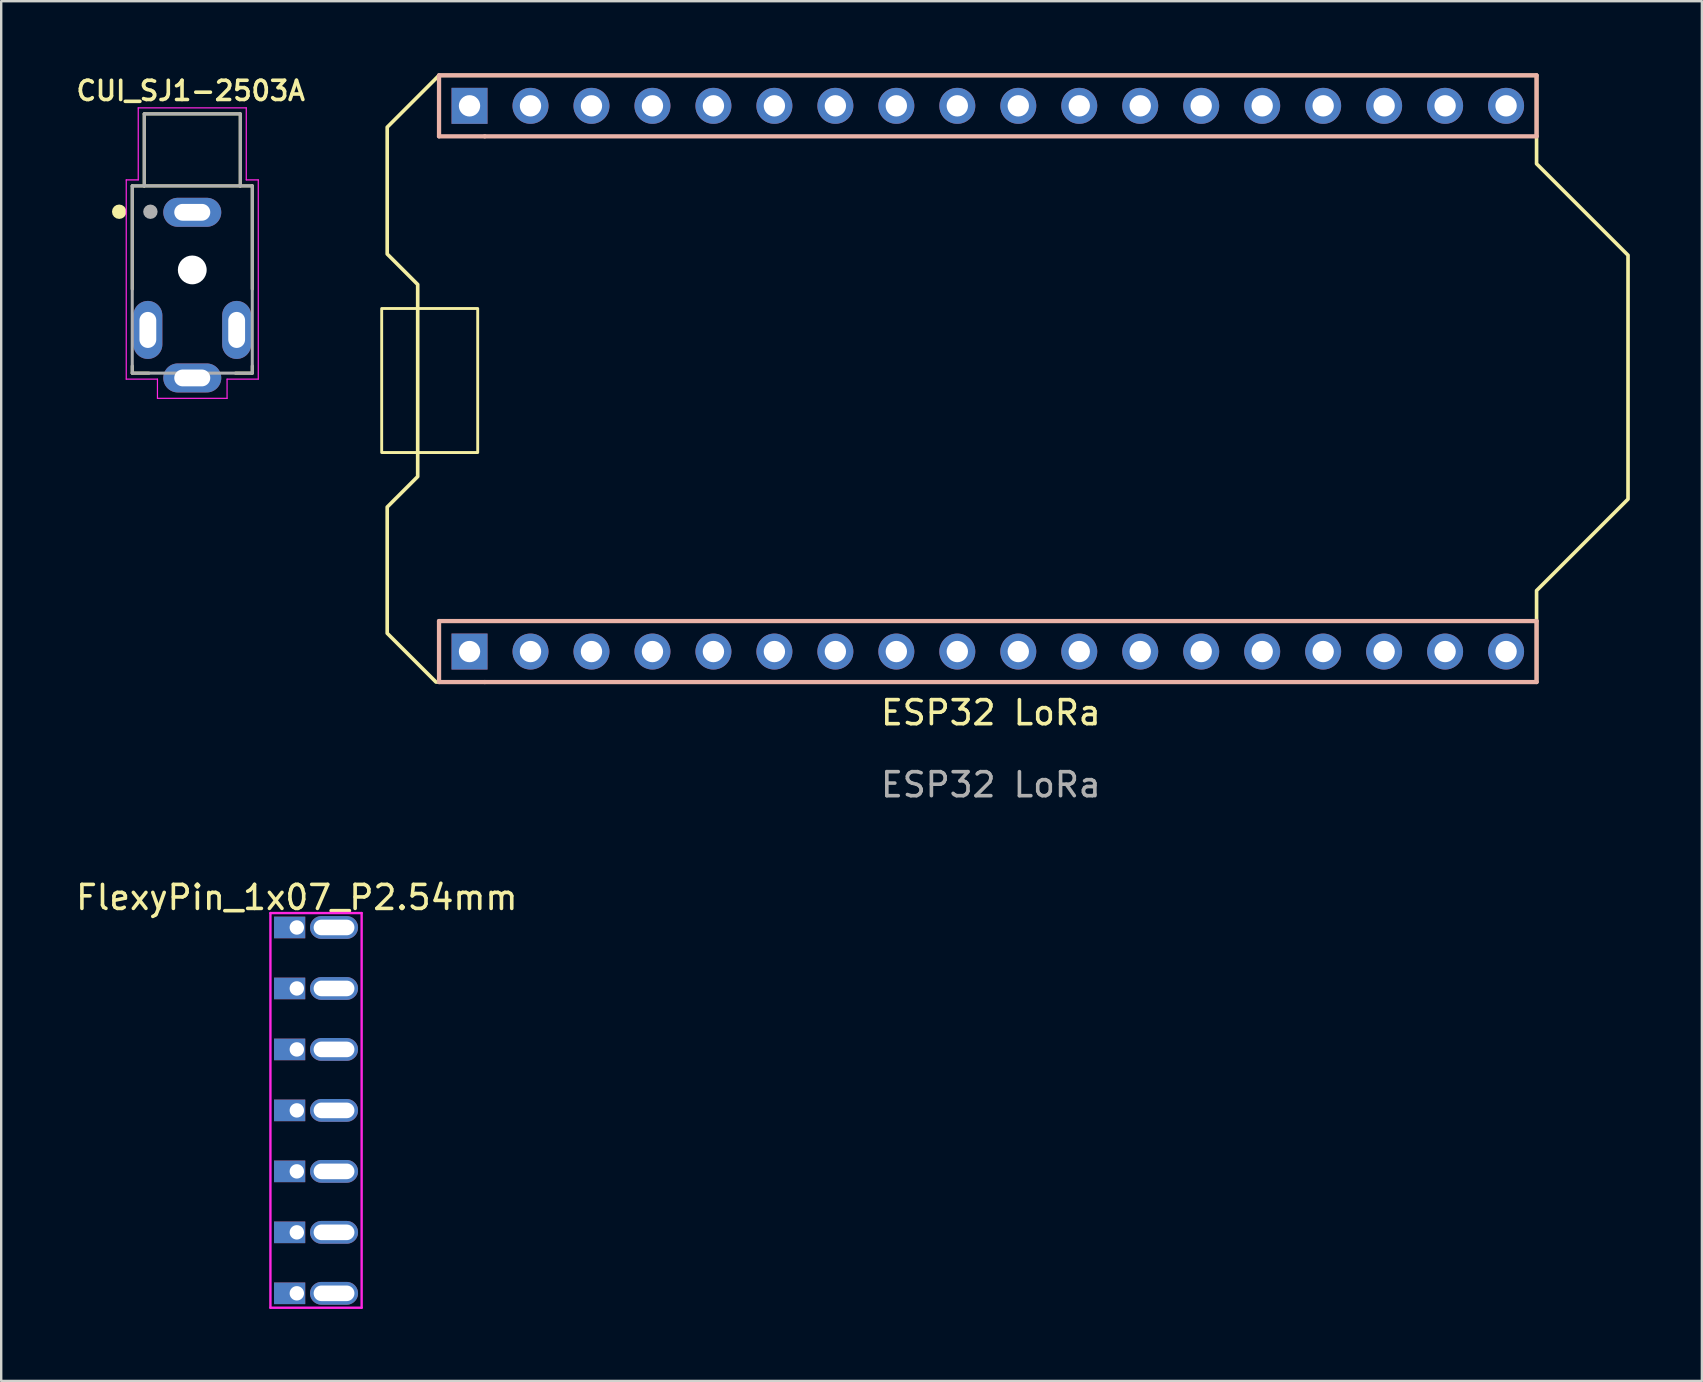
<source format=kicad_pcb>
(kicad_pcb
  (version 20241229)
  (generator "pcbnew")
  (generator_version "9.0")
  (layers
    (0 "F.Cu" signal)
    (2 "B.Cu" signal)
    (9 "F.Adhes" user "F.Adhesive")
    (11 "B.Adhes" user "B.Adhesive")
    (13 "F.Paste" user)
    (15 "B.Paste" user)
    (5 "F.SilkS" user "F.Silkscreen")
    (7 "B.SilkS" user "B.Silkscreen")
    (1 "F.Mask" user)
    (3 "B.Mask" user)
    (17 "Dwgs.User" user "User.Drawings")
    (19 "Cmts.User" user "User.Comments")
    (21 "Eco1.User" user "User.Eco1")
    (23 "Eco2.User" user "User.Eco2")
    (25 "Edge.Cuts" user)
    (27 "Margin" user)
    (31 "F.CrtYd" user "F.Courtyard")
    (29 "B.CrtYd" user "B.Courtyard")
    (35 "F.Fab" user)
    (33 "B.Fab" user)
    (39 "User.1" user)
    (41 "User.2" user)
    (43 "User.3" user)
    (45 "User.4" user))
  (footprint "CUI_SJ1-2503A"
    (layer "F.Cu")
    (at 4.959 5.794)
    (property "Reference" "CUI_SJ1-2503A" (at -0.064 -5.062 0) (layer "F.SilkS") (effects (font (size 0.801 0.801) (thickness 0.15))))
    (attr through_hole)
    (fp_line (start -2.5 -1.1) (end -2 -1.1) (stroke (width 0.127) (type solid)) (layer "F.SilkS"))
    (fp_line (start -2.5 3.2) (end -2.5 -1.1) (stroke (width 0.127) (type solid)) (layer "F.SilkS"))
    (fp_line (start -2.5 6.7) (end -2.5 6.4) (stroke (width 0.127) (type solid)) (layer "F.SilkS"))
    (fp_line (start -2 -4.1) (end -2 -1.1) (stroke (width 0.127) (type solid)) (layer "F.SilkS"))
    (fp_line (start -2 -1.1) (end 2 -1.1) (stroke (width 0.127) (type solid)) (layer "F.SilkS"))
    (fp_line (start -1.8 6.7) (end -2.5 6.7) (stroke (width 0.127) (type solid)) (layer "F.SilkS"))
    (fp_line (start 1.8 6.7) (end 2.5 6.7) (stroke (width 0.127) (type solid)) (layer "F.SilkS"))
    (fp_line (start 2 -4.1) (end -2 -4.1) (stroke (width 0.127) (type solid)) (layer "F.SilkS"))
    (fp_line (start 2 -1.1) (end 2 -4.1) (stroke (width 0.127) (type solid)) (layer "F.SilkS"))
    (fp_line (start 2 -1.1) (end 2.5 -1.1) (stroke (width 0.127) (type solid)) (layer "F.SilkS"))
    (fp_line (start 2.5 -1.1) (end 2.5 3.2) (stroke (width 0.127) (type solid)) (layer "F.SilkS"))
    (fp_line (start 2.5 6.7) (end 2.5 6.4) (stroke (width 0.127) (type solid)) (layer "F.SilkS"))
    (fp_circle (center -3.044 -0.024) (end -2.894 -0.024) (stroke (width 0.3) (type solid)) (fill no) (layer "F.SilkS"))
    (fp_line (start -2.75 -1.35) (end -2.75 6.95) (stroke (width 0.05) (type solid)) (layer "F.CrtYd"))
    (fp_line (start -2.75 6.95) (end -1.45 6.95) (stroke (width 0.05) (type solid)) (layer "F.CrtYd"))
    (fp_line (start -2.25 -4.35) (end -2.25 -1.35) (stroke (width 0.05) (type solid)) (layer "F.CrtYd"))
    (fp_line (start -2.25 -1.35) (end -2.75 -1.35) (stroke (width 0.05) (type solid)) (layer "F.CrtYd"))
    (fp_line (start -1.45 6.95) (end -1.45 7.75) (stroke (width 0.05) (type solid)) (layer "F.CrtYd"))
    (fp_line (start -1.45 7.75) (end 1.45 7.75) (stroke (width 0.05) (type solid)) (layer "F.CrtYd"))
    (fp_line (start 1.45 6.95) (end 2.75 6.95) (stroke (width 0.05) (type solid)) (layer "F.CrtYd"))
    (fp_line (start 1.45 7.75) (end 1.45 6.95) (stroke (width 0.05) (type solid)) (layer "F.CrtYd"))
    (fp_line (start 2.25 -4.35) (end -2.25 -4.35) (stroke (width 0.05) (type solid)) (layer "F.CrtYd"))
    (fp_line (start 2.25 -1.35) (end 2.25 -4.35) (stroke (width 0.05) (type solid)) (layer "F.CrtYd"))
    (fp_line (start 2.75 -1.35) (end 2.25 -1.35) (stroke (width 0.05) (type solid)) (layer "F.CrtYd"))
    (fp_line (start 2.75 6.95) (end 2.75 -1.35) (stroke (width 0.05) (type solid)) (layer "F.CrtYd"))
    (fp_line (start -2.5 -1.1) (end -2 -1.1) (stroke (width 0.127) (type solid)) (layer "F.Fab"))
    (fp_line (start -2.5 6.7) (end -2.5 -1.1) (stroke (width 0.127) (type solid)) (layer "F.Fab"))
    (fp_line (start -2 -4.1) (end -2 -1.1) (stroke (width 0.127) (type solid)) (layer "F.Fab"))
    (fp_line (start -2 -1.1) (end 2 -1.1) (stroke (width 0.127) (type solid)) (layer "F.Fab"))
    (fp_line (start 2 -4.1) (end -2 -4.1) (stroke (width 0.127) (type solid)) (layer "F.Fab"))
    (fp_line (start 2 -1.1) (end 2 -4.1) (stroke (width 0.127) (type solid)) (layer "F.Fab"))
    (fp_line (start 2 -1.1) (end 2.5 -1.1) (stroke (width 0.127) (type solid)) (layer "F.Fab"))
    (fp_line (start 2.5 -1.1) (end 2.5 6.7) (stroke (width 0.127) (type solid)) (layer "F.Fab"))
    (fp_line (start 2.5 6.7) (end -2.5 6.7) (stroke (width 0.127) (type solid)) (layer "F.Fab"))
    (fp_circle (center -1.744 -0.024) (end -1.594 -0.024) (stroke (width 0.3) (type solid)) (fill no) (layer "F.Fab"))
    (pad "" np_thru_hole circle (at 0 2.4) (size 1.2 1.2) (drill 1.2) (layers "*.Cu" "*.Mask"))
    (pad "1" thru_hole oval (at 0 0) (size 2.416 1.208) (drill oval 1.5 0.7) (layers "*.Cu" "*.Mask"))
    (pad "2" thru_hole oval (at -1.85 4.9) (size 1.208 2.416) (drill oval 0.7 1.5) (layers "*.Cu" "*.Mask"))
    (pad "3" thru_hole oval (at 1.85 4.9) (size 1.208 2.416) (drill oval 0.7 1.5) (layers "*.Cu" "*.Mask"))
    (pad "4" thru_hole oval (at 0 6.9) (size 2.416 1.208) (drill oval 1.5 0.7) (layers "*.Cu" "*.Mask")))
  (footprint "ESP32 LoRa"
    (layer "F.Cu")
    (at 38.226 27.14)
    (property "Reference" "ESP32 LoRa" (at 0 -0.5 0) (unlocked yes) (layer "F.SilkS") (effects (font (size 1 1) (thickness 0.15))))
    (fp_rect (start -25.376 -17.339) (end -21.376 -11.339) (stroke (width 0.12) (type solid)) (fill no) (layer "F.SilkS"))
    (fp_poly (pts (xy -23.114 -1.778) (xy -25.146 -3.81) (xy -25.146 -9.068) (xy -23.876 -10.338) (xy -23.876 -18.339) (xy -25.146 -19.609) (xy -25.146 -24.892) (xy -22.987 -27.051) (xy 22.733 -27.051) (xy 22.733 -23.368) (xy 26.543 -19.558) (xy 26.543 -9.398) (xy 22.733 -5.588) (xy 22.733 -1.778)) (stroke (width 0.152) (type solid)) (fill no) (layer "F.SilkS"))
    (fp_line (start -22.987 -27.051) (end -22.987 -24.511) (stroke (width 0.178) (type solid)) (layer "B.SilkS"))
    (fp_line (start -22.987 -27.051) (end 22.733 -27.051) (stroke (width 0.178) (type solid)) (layer "B.SilkS"))
    (fp_line (start -22.987 -24.511) (end -21.082 -24.511) (stroke (width 0.178) (type solid)) (layer "B.SilkS"))
    (fp_line (start -22.987 -4.318) (end -22.987 -1.778) (stroke (width 0.178) (type solid)) (layer "B.SilkS"))
    (fp_line (start -22.987 -4.318) (end 22.733 -4.318) (stroke (width 0.178) (type solid)) (layer "B.SilkS"))
    (fp_line (start -22.987 -1.778) (end -21.082 -1.778) (stroke (width 0.178) (type solid)) (layer "B.SilkS"))
    (fp_line (start -21.082 -24.511) (end 22.733 -24.511) (stroke (width 0.178) (type solid)) (layer "B.SilkS"))
    (fp_line (start -21.082 -1.778) (end 22.733 -1.778) (stroke (width 0.178) (type solid)) (layer "B.SilkS"))
    (fp_line (start 22.733 -27.051) (end 22.733 -24.511) (stroke (width 0.178) (type solid)) (layer "B.SilkS"))
    (fp_line (start 22.733 -4.318) (end 22.733 -1.778) (stroke (width 0.178) (type solid)) (layer "B.SilkS"))
    (fp_text user "${REFERENCE}" (at 0 2.5 0) (unlocked yes) (layer "F.Fab") (effects (font (size 1 1) (thickness 0.15))))
    (pad "1" thru_hole rect (at -21.717 -25.781 180) (size 1.499 1.499) (drill 0.889) (layers "*.Cu" "*.Mask"))
    (pad "2" thru_hole circle (at -19.177 -25.781 180) (size 1.499 1.499) (drill 0.889) (layers "*.Cu" "*.Mask"))
    (pad "3" thru_hole circle (at -16.637 -25.781 180) (size 1.499 1.499) (drill 0.889) (layers "*.Cu" "*.Mask"))
    (pad "4" thru_hole circle (at -14.097 -25.781 180) (size 1.499 1.499) (drill 0.889) (layers "*.Cu" "*.Mask"))
    (pad "5" thru_hole circle (at -11.557 -25.781 180) (size 1.499 1.499) (drill 0.889) (layers "*.Cu" "*.Mask"))
    (pad "6" thru_hole circle (at -9.017 -25.781 180) (size 1.499 1.499) (drill 0.889) (layers "*.Cu" "*.Mask"))
    (pad "7" thru_hole circle (at -6.477 -25.781 180) (size 1.499 1.499) (drill 0.889) (layers "*.Cu" "*.Mask"))
    (pad "8" thru_hole circle (at -3.937 -25.781 180) (size 1.499 1.499) (drill 0.889) (layers "*.Cu" "*.Mask"))
    (pad "9" thru_hole circle (at -1.397 -25.781 180) (size 1.499 1.499) (drill 0.889) (layers "*.Cu" "*.Mask"))
    (pad "10" thru_hole circle (at 1.143 -25.781 180) (size 1.499 1.499) (drill 0.889) (layers "*.Cu" "*.Mask"))
    (pad "11" thru_hole circle (at 3.683 -25.781 180) (size 1.499 1.499) (drill 0.889) (layers "*.Cu" "*.Mask"))
    (pad "12" thru_hole circle (at 6.223 -25.781 180) (size 1.499 1.499) (drill 0.889) (layers "*.Cu" "*.Mask"))
    (pad "13" thru_hole circle (at 8.763 -25.781 180) (size 1.499 1.499) (drill 0.889) (layers "*.Cu" "*.Mask"))
    (pad "14" thru_hole circle (at 11.303 -25.781 180) (size 1.499 1.499) (drill 0.889) (layers "*.Cu" "*.Mask"))
    (pad "15" thru_hole circle (at 13.843 -25.781 180) (size 1.499 1.499) (drill 0.889) (layers "*.Cu" "*.Mask"))
    (pad "16" thru_hole circle (at 16.383 -25.781 180) (size 1.499 1.499) (drill 0.889) (layers "*.Cu" "*.Mask"))
    (pad "17" thru_hole circle (at 18.923 -25.781 180) (size 1.499 1.499) (drill 0.889) (layers "*.Cu" "*.Mask"))
    (pad "18" thru_hole circle (at 21.463 -25.781 180) (size 1.499 1.499) (drill 0.889) (layers "*.Cu" "*.Mask"))
    (pad "19" thru_hole circle (at 21.463 -3.048 180) (size 1.499 1.499) (drill 0.889) (layers "*.Cu" "*.Mask"))
    (pad "20" thru_hole circle (at 18.923 -3.048 180) (size 1.499 1.499) (drill 0.889) (layers "*.Cu" "*.Mask"))
    (pad "21" thru_hole circle (at 16.383 -3.048 180) (size 1.499 1.499) (drill 0.889) (layers "*.Cu" "*.Mask"))
    (pad "22" thru_hole circle (at 13.843 -3.048 180) (size 1.499 1.499) (drill 0.889) (layers "*.Cu" "*.Mask"))
    (pad "23" thru_hole circle (at 11.303 -3.048 180) (size 1.499 1.499) (drill 0.889) (layers "*.Cu" "*.Mask"))
    (pad "24" thru_hole circle (at 8.763 -3.048 180) (size 1.499 1.499) (drill 0.889) (layers "*.Cu" "*.Mask"))
    (pad "25" thru_hole circle (at 6.223 -3.048 180) (size 1.499 1.499) (drill 0.889) (layers "*.Cu" "*.Mask"))
    (pad "26" thru_hole circle (at 3.683 -3.048 180) (size 1.499 1.499) (drill 0.889) (layers "*.Cu" "*.Mask"))
    (pad "27" thru_hole circle (at 1.143 -3.048 180) (size 1.499 1.499) (drill 0.889) (layers "*.Cu" "*.Mask"))
    (pad "28" thru_hole circle (at -1.397 -3.048 180) (size 1.499 1.499) (drill 0.889) (layers "*.Cu" "*.Mask"))
    (pad "29" thru_hole circle (at -3.937 -3.048 180) (size 1.499 1.499) (drill 0.889) (layers "*.Cu" "*.Mask"))
    (pad "30" thru_hole circle (at -6.477 -3.048 180) (size 1.499 1.499) (drill 0.889) (layers "*.Cu" "*.Mask"))
    (pad "31" thru_hole circle (at -9.017 -3.048 180) (size 1.499 1.499) (drill 0.889) (layers "*.Cu" "*.Mask"))
    (pad "32" thru_hole circle (at -11.557 -3.048 180) (size 1.499 1.499) (drill 0.889) (layers "*.Cu" "*.Mask"))
    (pad "33" thru_hole circle (at -14.097 -3.048 180) (size 1.499 1.499) (drill 0.889) (layers "*.Cu" "*.Mask"))
    (pad "34" thru_hole circle (at -16.637 -3.048 180) (size 1.499 1.499) (drill 0.889) (layers "*.Cu" "*.Mask"))
    (pad "35" thru_hole circle (at -19.177 -3.048 180) (size 1.499 1.499) (drill 0.889) (layers "*.Cu" "*.Mask"))
    (pad "36" thru_hole rect (at -21.717 -3.048 180) (size 1.499 1.499) (drill 0.889) (layers "*.Cu" "*.Mask")))
  (footprint "FlexyPin_1x07_P2.54mm"
    (layer "F.Cu")
    (at 9.315 35.586)
    (property "Reference" "FlexyPin_1x07_P2.54mm" (at 0 -1.25 0) (layer "F.SilkS") (effects (font (size 1 1) (thickness 0.15))))
    (attr through_hole)
    (fp_line (start -1.1 -0.6) (end 2.7 -0.6) (stroke (width 0.1) (type solid)) (layer "F.CrtYd"))
    (fp_line (start -1.1 15.84) (end -1.1 -0.6) (stroke (width 0.1) (type solid)) (layer "F.CrtYd"))
    (fp_line (start 2.7 -0.6) (end 2.7 15.84) (stroke (width 0.1) (type solid)) (layer "F.CrtYd"))
    (fp_line (start 2.7 15.84) (end -1.1 15.84) (stroke (width 0.1) (type solid)) (layer "F.CrtYd"))
    (pad "" thru_hole oval (at 1.55 0) (size 2 0.95) (drill oval 1.7 0.65) (layers "*.Cu" "*.Mask"))
    (pad "" thru_hole oval (at 1.55 2.54) (size 2 0.95) (drill oval 1.7 0.65) (layers "*.Cu" "*.Mask"))
    (pad "" thru_hole oval (at 1.55 5.08) (size 2 0.95) (drill oval 1.7 0.65) (layers "*.Cu" "*.Mask"))
    (pad "" thru_hole oval (at 1.55 7.62) (size 2 0.95) (drill oval 1.7 0.65) (layers "*.Cu" "*.Mask"))
    (pad "" thru_hole oval (at 1.55 10.16) (size 2 0.95) (drill oval 1.7 0.65) (layers "*.Cu" "*.Mask"))
    (pad "" thru_hole oval (at 1.55 12.7) (size 2 0.95) (drill oval 1.7 0.65) (layers "*.Cu" "*.Mask"))
    (pad "" thru_hole oval (at 1.55 15.24) (size 2 0.95) (drill oval 1.7 0.65) (layers "*.Cu" "*.Mask"))
    (pad "1" thru_hole rect (at 0 0) (size 1.3 0.9) (drill 0.6 (offset -0.3 0)) (layers "*.Cu" "*.Mask"))
    (pad "2" thru_hole rect (at 0 2.54) (size 1.3 0.9) (drill 0.6 (offset -0.3 0)) (layers "*.Cu" "*.Mask"))
    (pad "3" thru_hole rect (at 0 5.08) (size 1.3 0.9) (drill 0.6 (offset -0.3 0)) (layers "*.Cu" "*.Mask"))
    (pad "4" thru_hole rect (at 0 7.62) (size 1.3 0.9) (drill 0.6 (offset -0.3 0)) (layers "*.Cu" "*.Mask"))
    (pad "5" thru_hole rect (at 0 10.16) (size 1.3 0.9) (drill 0.6 (offset -0.3 0)) (layers "*.Cu" "*.Mask"))
    (pad "6" thru_hole rect (at 0 12.7) (size 1.3 0.9) (drill 0.6 (offset -0.3 0)) (layers "*.Cu" "*.Mask"))
    (pad "7" thru_hole rect (at 0 15.24) (size 1.3 0.9) (drill 0.6 (offset -0.3 0)) (layers "*.Cu" "*.Mask")))
  (gr_rect
    (start -3 -3)
    (end 67.846 54.476)
    (stroke (width 0.1) (type default))
    (fill no)
    (layer "Edge.Cuts")))
</source>
